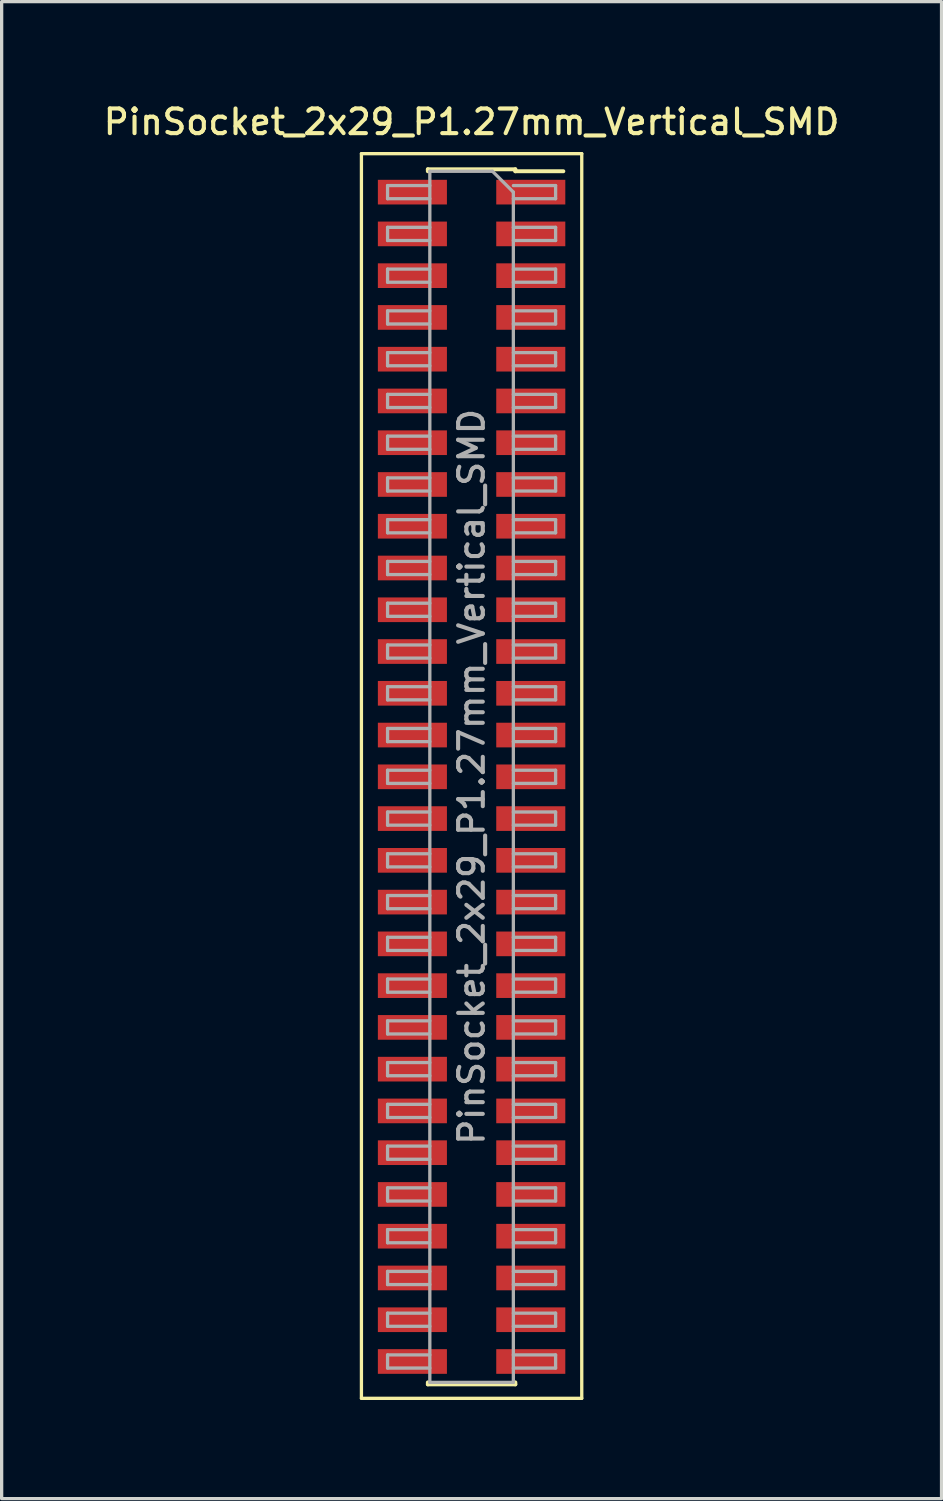
<source format=kicad_pcb>
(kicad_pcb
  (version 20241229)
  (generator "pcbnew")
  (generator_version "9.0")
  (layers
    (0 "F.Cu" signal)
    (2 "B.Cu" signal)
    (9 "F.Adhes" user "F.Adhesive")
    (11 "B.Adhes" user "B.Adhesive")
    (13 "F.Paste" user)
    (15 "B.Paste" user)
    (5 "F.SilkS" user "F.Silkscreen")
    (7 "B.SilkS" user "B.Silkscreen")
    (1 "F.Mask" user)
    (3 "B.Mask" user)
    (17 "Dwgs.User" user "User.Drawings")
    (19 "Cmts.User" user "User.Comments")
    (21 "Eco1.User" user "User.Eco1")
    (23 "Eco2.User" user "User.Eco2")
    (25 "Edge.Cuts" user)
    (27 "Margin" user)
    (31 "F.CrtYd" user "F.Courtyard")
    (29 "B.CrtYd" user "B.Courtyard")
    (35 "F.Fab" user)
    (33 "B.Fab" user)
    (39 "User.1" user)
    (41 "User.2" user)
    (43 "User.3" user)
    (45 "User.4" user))
  (footprint "PinSocket_2x29_P1.27mm_Vertical_SMD"
    (layer "F.Cu")
    (at 11.291 20.573)
    (property "Reference" "PinSocket_2x29_P1.27mm_Vertical_SMD" (at 0 -19.915 0) (layer "F.SilkS") (effects (font (size 0.75 0.75) (thickness 0.125))))
    (attr smd)
    (fp_line (start -3.35 -18.95) (end 3.35 -18.95) (stroke (width 0.1) (type solid)) (layer "F.SilkS"))
    (fp_line (start -3.35 18.9) (end -3.35 -18.95) (stroke (width 0.1) (type solid)) (layer "F.SilkS"))
    (fp_line (start -1.33 -18.475) (end -1.33 -18.415) (stroke (width 0.12) (type solid)) (layer "F.SilkS"))
    (fp_line (start -1.33 -18.475) (end 1.33 -18.475) (stroke (width 0.12) (type solid)) (layer "F.SilkS"))
    (fp_line (start -1.33 18.415) (end -1.33 18.475) (stroke (width 0.12) (type solid)) (layer "F.SilkS"))
    (fp_line (start -1.33 18.475) (end 1.33 18.475) (stroke (width 0.12) (type solid)) (layer "F.SilkS"))
    (fp_line (start 1.33 -18.475) (end 1.33 -18.415) (stroke (width 0.12) (type solid)) (layer "F.SilkS"))
    (fp_line (start 1.33 -18.415) (end 2.79 -18.415) (stroke (width 0.12) (type solid)) (layer "F.SilkS"))
    (fp_line (start 1.33 18.415) (end 1.33 18.475) (stroke (width 0.12) (type solid)) (layer "F.SilkS"))
    (fp_line (start 3.35 -18.95) (end 3.35 18.9) (stroke (width 0.1) (type solid)) (layer "F.SilkS"))
    (fp_line (start 3.35 18.9) (end -3.35 18.9) (stroke (width 0.1) (type solid)) (layer "F.SilkS"))
    (fp_line (start -2.555 -17.98) (end -1.27 -17.98) (stroke (width 0.1) (type solid)) (layer "F.Fab"))
    (fp_line (start -2.555 -17.58) (end -2.555 -17.98) (stroke (width 0.1) (type solid)) (layer "F.Fab"))
    (fp_line (start -2.555 -16.71) (end -1.27 -16.71) (stroke (width 0.1) (type solid)) (layer "F.Fab"))
    (fp_line (start -2.555 -16.31) (end -2.555 -16.71) (stroke (width 0.1) (type solid)) (layer "F.Fab"))
    (fp_line (start -2.555 -15.44) (end -1.27 -15.44) (stroke (width 0.1) (type solid)) (layer "F.Fab"))
    (fp_line (start -2.555 -15.04) (end -2.555 -15.44) (stroke (width 0.1) (type solid)) (layer "F.Fab"))
    (fp_line (start -2.555 -14.17) (end -1.27 -14.17) (stroke (width 0.1) (type solid)) (layer "F.Fab"))
    (fp_line (start -2.555 -13.77) (end -2.555 -14.17) (stroke (width 0.1) (type solid)) (layer "F.Fab"))
    (fp_line (start -2.555 -12.9) (end -1.27 -12.9) (stroke (width 0.1) (type solid)) (layer "F.Fab"))
    (fp_line (start -2.555 -12.5) (end -2.555 -12.9) (stroke (width 0.1) (type solid)) (layer "F.Fab"))
    (fp_line (start -2.555 -11.63) (end -1.27 -11.63) (stroke (width 0.1) (type solid)) (layer "F.Fab"))
    (fp_line (start -2.555 -11.23) (end -2.555 -11.63) (stroke (width 0.1) (type solid)) (layer "F.Fab"))
    (fp_line (start -2.555 -10.36) (end -1.27 -10.36) (stroke (width 0.1) (type solid)) (layer "F.Fab"))
    (fp_line (start -2.555 -9.96) (end -2.555 -10.36) (stroke (width 0.1) (type solid)) (layer "F.Fab"))
    (fp_line (start -2.555 -9.09) (end -1.27 -9.09) (stroke (width 0.1) (type solid)) (layer "F.Fab"))
    (fp_line (start -2.555 -8.69) (end -2.555 -9.09) (stroke (width 0.1) (type solid)) (layer "F.Fab"))
    (fp_line (start -2.555 -7.82) (end -1.27 -7.82) (stroke (width 0.1) (type solid)) (layer "F.Fab"))
    (fp_line (start -2.555 -7.42) (end -2.555 -7.82) (stroke (width 0.1) (type solid)) (layer "F.Fab"))
    (fp_line (start -2.555 -6.55) (end -1.27 -6.55) (stroke (width 0.1) (type solid)) (layer "F.Fab"))
    (fp_line (start -2.555 -6.15) (end -2.555 -6.55) (stroke (width 0.1) (type solid)) (layer "F.Fab"))
    (fp_line (start -2.555 -5.28) (end -1.27 -5.28) (stroke (width 0.1) (type solid)) (layer "F.Fab"))
    (fp_line (start -2.555 -4.88) (end -2.555 -5.28) (stroke (width 0.1) (type solid)) (layer "F.Fab"))
    (fp_line (start -2.555 -4.01) (end -1.27 -4.01) (stroke (width 0.1) (type solid)) (layer "F.Fab"))
    (fp_line (start -2.555 -3.61) (end -2.555 -4.01) (stroke (width 0.1) (type solid)) (layer "F.Fab"))
    (fp_line (start -2.555 -2.74) (end -1.27 -2.74) (stroke (width 0.1) (type solid)) (layer "F.Fab"))
    (fp_line (start -2.555 -2.34) (end -2.555 -2.74) (stroke (width 0.1) (type solid)) (layer "F.Fab"))
    (fp_line (start -2.555 -1.47) (end -1.27 -1.47) (stroke (width 0.1) (type solid)) (layer "F.Fab"))
    (fp_line (start -2.555 -1.07) (end -2.555 -1.47) (stroke (width 0.1) (type solid)) (layer "F.Fab"))
    (fp_line (start -2.555 -0.2) (end -1.27 -0.2) (stroke (width 0.1) (type solid)) (layer "F.Fab"))
    (fp_line (start -2.555 0.2) (end -2.555 -0.2) (stroke (width 0.1) (type solid)) (layer "F.Fab"))
    (fp_line (start -2.555 1.07) (end -1.27 1.07) (stroke (width 0.1) (type solid)) (layer "F.Fab"))
    (fp_line (start -2.555 1.47) (end -2.555 1.07) (stroke (width 0.1) (type solid)) (layer "F.Fab"))
    (fp_line (start -2.555 2.34) (end -1.27 2.34) (stroke (width 0.1) (type solid)) (layer "F.Fab"))
    (fp_line (start -2.555 2.74) (end -2.555 2.34) (stroke (width 0.1) (type solid)) (layer "F.Fab"))
    (fp_line (start -2.555 3.61) (end -1.27 3.61) (stroke (width 0.1) (type solid)) (layer "F.Fab"))
    (fp_line (start -2.555 4.01) (end -2.555 3.61) (stroke (width 0.1) (type solid)) (layer "F.Fab"))
    (fp_line (start -2.555 4.88) (end -1.27 4.88) (stroke (width 0.1) (type solid)) (layer "F.Fab"))
    (fp_line (start -2.555 5.28) (end -2.555 4.88) (stroke (width 0.1) (type solid)) (layer "F.Fab"))
    (fp_line (start -2.555 6.15) (end -1.27 6.15) (stroke (width 0.1) (type solid)) (layer "F.Fab"))
    (fp_line (start -2.555 6.55) (end -2.555 6.15) (stroke (width 0.1) (type solid)) (layer "F.Fab"))
    (fp_line (start -2.555 7.42) (end -1.27 7.42) (stroke (width 0.1) (type solid)) (layer "F.Fab"))
    (fp_line (start -2.555 7.82) (end -2.555 7.42) (stroke (width 0.1) (type solid)) (layer "F.Fab"))
    (fp_line (start -2.555 8.69) (end -1.27 8.69) (stroke (width 0.1) (type solid)) (layer "F.Fab"))
    (fp_line (start -2.555 9.09) (end -2.555 8.69) (stroke (width 0.1) (type solid)) (layer "F.Fab"))
    (fp_line (start -2.555 9.96) (end -1.27 9.96) (stroke (width 0.1) (type solid)) (layer "F.Fab"))
    (fp_line (start -2.555 10.36) (end -2.555 9.96) (stroke (width 0.1) (type solid)) (layer "F.Fab"))
    (fp_line (start -2.555 11.23) (end -1.27 11.23) (stroke (width 0.1) (type solid)) (layer "F.Fab"))
    (fp_line (start -2.555 11.63) (end -2.555 11.23) (stroke (width 0.1) (type solid)) (layer "F.Fab"))
    (fp_line (start -2.555 12.5) (end -1.27 12.5) (stroke (width 0.1) (type solid)) (layer "F.Fab"))
    (fp_line (start -2.555 12.9) (end -2.555 12.5) (stroke (width 0.1) (type solid)) (layer "F.Fab"))
    (fp_line (start -2.555 13.77) (end -1.27 13.77) (stroke (width 0.1) (type solid)) (layer "F.Fab"))
    (fp_line (start -2.555 14.17) (end -2.555 13.77) (stroke (width 0.1) (type solid)) (layer "F.Fab"))
    (fp_line (start -2.555 15.04) (end -1.27 15.04) (stroke (width 0.1) (type solid)) (layer "F.Fab"))
    (fp_line (start -2.555 15.44) (end -2.555 15.04) (stroke (width 0.1) (type solid)) (layer "F.Fab"))
    (fp_line (start -2.555 16.31) (end -1.27 16.31) (stroke (width 0.1) (type solid)) (layer "F.Fab"))
    (fp_line (start -2.555 16.71) (end -2.555 16.31) (stroke (width 0.1) (type solid)) (layer "F.Fab"))
    (fp_line (start -2.555 17.58) (end -1.27 17.58) (stroke (width 0.1) (type solid)) (layer "F.Fab"))
    (fp_line (start -2.555 17.98) (end -2.555 17.58) (stroke (width 0.1) (type solid)) (layer "F.Fab"))
    (fp_line (start -1.27 -18.415) (end 0.635 -18.415) (stroke (width 0.1) (type solid)) (layer "F.Fab"))
    (fp_line (start -1.27 -17.58) (end -2.555 -17.58) (stroke (width 0.1) (type solid)) (layer "F.Fab"))
    (fp_line (start -1.27 -16.31) (end -2.555 -16.31) (stroke (width 0.1) (type solid)) (layer "F.Fab"))
    (fp_line (start -1.27 -15.04) (end -2.555 -15.04) (stroke (width 0.1) (type solid)) (layer "F.Fab"))
    (fp_line (start -1.27 -13.77) (end -2.555 -13.77) (stroke (width 0.1) (type solid)) (layer "F.Fab"))
    (fp_line (start -1.27 -12.5) (end -2.555 -12.5) (stroke (width 0.1) (type solid)) (layer "F.Fab"))
    (fp_line (start -1.27 -11.23) (end -2.555 -11.23) (stroke (width 0.1) (type solid)) (layer "F.Fab"))
    (fp_line (start -1.27 -9.96) (end -2.555 -9.96) (stroke (width 0.1) (type solid)) (layer "F.Fab"))
    (fp_line (start -1.27 -8.69) (end -2.555 -8.69) (stroke (width 0.1) (type solid)) (layer "F.Fab"))
    (fp_line (start -1.27 -7.42) (end -2.555 -7.42) (stroke (width 0.1) (type solid)) (layer "F.Fab"))
    (fp_line (start -1.27 -6.15) (end -2.555 -6.15) (stroke (width 0.1) (type solid)) (layer "F.Fab"))
    (fp_line (start -1.27 -4.88) (end -2.555 -4.88) (stroke (width 0.1) (type solid)) (layer "F.Fab"))
    (fp_line (start -1.27 -3.61) (end -2.555 -3.61) (stroke (width 0.1) (type solid)) (layer "F.Fab"))
    (fp_line (start -1.27 -2.34) (end -2.555 -2.34) (stroke (width 0.1) (type solid)) (layer "F.Fab"))
    (fp_line (start -1.27 -1.07) (end -2.555 -1.07) (stroke (width 0.1) (type solid)) (layer "F.Fab"))
    (fp_line (start -1.27 0.2) (end -2.555 0.2) (stroke (width 0.1) (type solid)) (layer "F.Fab"))
    (fp_line (start -1.27 1.47) (end -2.555 1.47) (stroke (width 0.1) (type solid)) (layer "F.Fab"))
    (fp_line (start -1.27 2.74) (end -2.555 2.74) (stroke (width 0.1) (type solid)) (layer "F.Fab"))
    (fp_line (start -1.27 4.01) (end -2.555 4.01) (stroke (width 0.1) (type solid)) (layer "F.Fab"))
    (fp_line (start -1.27 5.28) (end -2.555 5.28) (stroke (width 0.1) (type solid)) (layer "F.Fab"))
    (fp_line (start -1.27 6.55) (end -2.555 6.55) (stroke (width 0.1) (type solid)) (layer "F.Fab"))
    (fp_line (start -1.27 7.82) (end -2.555 7.82) (stroke (width 0.1) (type solid)) (layer "F.Fab"))
    (fp_line (start -1.27 9.09) (end -2.555 9.09) (stroke (width 0.1) (type solid)) (layer "F.Fab"))
    (fp_line (start -1.27 10.36) (end -2.555 10.36) (stroke (width 0.1) (type solid)) (layer "F.Fab"))
    (fp_line (start -1.27 11.63) (end -2.555 11.63) (stroke (width 0.1) (type solid)) (layer "F.Fab"))
    (fp_line (start -1.27 12.9) (end -2.555 12.9) (stroke (width 0.1) (type solid)) (layer "F.Fab"))
    (fp_line (start -1.27 14.17) (end -2.555 14.17) (stroke (width 0.1) (type solid)) (layer "F.Fab"))
    (fp_line (start -1.27 15.44) (end -2.555 15.44) (stroke (width 0.1) (type solid)) (layer "F.Fab"))
    (fp_line (start -1.27 16.71) (end -2.555 16.71) (stroke (width 0.1) (type solid)) (layer "F.Fab"))
    (fp_line (start -1.27 17.98) (end -2.555 17.98) (stroke (width 0.1) (type solid)) (layer "F.Fab"))
    (fp_line (start -1.27 18.415) (end -1.27 -18.415) (stroke (width 0.1) (type solid)) (layer "F.Fab"))
    (fp_line (start 0.635 -18.415) (end 1.27 -17.78) (stroke (width 0.1) (type solid)) (layer "F.Fab"))
    (fp_line (start 1.27 -17.98) (end 2.555 -17.98) (stroke (width 0.1) (type solid)) (layer "F.Fab"))
    (fp_line (start 1.27 -17.78) (end 1.27 18.415) (stroke (width 0.1) (type solid)) (layer "F.Fab"))
    (fp_line (start 1.27 -16.71) (end 2.555 -16.71) (stroke (width 0.1) (type solid)) (layer "F.Fab"))
    (fp_line (start 1.27 -15.44) (end 2.555 -15.44) (stroke (width 0.1) (type solid)) (layer "F.Fab"))
    (fp_line (start 1.27 -14.17) (end 2.555 -14.17) (stroke (width 0.1) (type solid)) (layer "F.Fab"))
    (fp_line (start 1.27 -12.9) (end 2.555 -12.9) (stroke (width 0.1) (type solid)) (layer "F.Fab"))
    (fp_line (start 1.27 -11.63) (end 2.555 -11.63) (stroke (width 0.1) (type solid)) (layer "F.Fab"))
    (fp_line (start 1.27 -10.36) (end 2.555 -10.36) (stroke (width 0.1) (type solid)) (layer "F.Fab"))
    (fp_line (start 1.27 -9.09) (end 2.555 -9.09) (stroke (width 0.1) (type solid)) (layer "F.Fab"))
    (fp_line (start 1.27 -7.82) (end 2.555 -7.82) (stroke (width 0.1) (type solid)) (layer "F.Fab"))
    (fp_line (start 1.27 -6.55) (end 2.555 -6.55) (stroke (width 0.1) (type solid)) (layer "F.Fab"))
    (fp_line (start 1.27 -5.28) (end 2.555 -5.28) (stroke (width 0.1) (type solid)) (layer "F.Fab"))
    (fp_line (start 1.27 -4.01) (end 2.555 -4.01) (stroke (width 0.1) (type solid)) (layer "F.Fab"))
    (fp_line (start 1.27 -2.74) (end 2.555 -2.74) (stroke (width 0.1) (type solid)) (layer "F.Fab"))
    (fp_line (start 1.27 -1.47) (end 2.555 -1.47) (stroke (width 0.1) (type solid)) (layer "F.Fab"))
    (fp_line (start 1.27 -0.2) (end 2.555 -0.2) (stroke (width 0.1) (type solid)) (layer "F.Fab"))
    (fp_line (start 1.27 1.07) (end 2.555 1.07) (stroke (width 0.1) (type solid)) (layer "F.Fab"))
    (fp_line (start 1.27 2.34) (end 2.555 2.34) (stroke (width 0.1) (type solid)) (layer "F.Fab"))
    (fp_line (start 1.27 3.61) (end 2.555 3.61) (stroke (width 0.1) (type solid)) (layer "F.Fab"))
    (fp_line (start 1.27 4.88) (end 2.555 4.88) (stroke (width 0.1) (type solid)) (layer "F.Fab"))
    (fp_line (start 1.27 6.15) (end 2.555 6.15) (stroke (width 0.1) (type solid)) (layer "F.Fab"))
    (fp_line (start 1.27 7.42) (end 2.555 7.42) (stroke (width 0.1) (type solid)) (layer "F.Fab"))
    (fp_line (start 1.27 8.69) (end 2.555 8.69) (stroke (width 0.1) (type solid)) (layer "F.Fab"))
    (fp_line (start 1.27 9.96) (end 2.555 9.96) (stroke (width 0.1) (type solid)) (layer "F.Fab"))
    (fp_line (start 1.27 11.23) (end 2.555 11.23) (stroke (width 0.1) (type solid)) (layer "F.Fab"))
    (fp_line (start 1.27 12.5) (end 2.555 12.5) (stroke (width 0.1) (type solid)) (layer "F.Fab"))
    (fp_line (start 1.27 13.77) (end 2.555 13.77) (stroke (width 0.1) (type solid)) (layer "F.Fab"))
    (fp_line (start 1.27 15.04) (end 2.555 15.04) (stroke (width 0.1) (type solid)) (layer "F.Fab"))
    (fp_line (start 1.27 16.31) (end 2.555 16.31) (stroke (width 0.1) (type solid)) (layer "F.Fab"))
    (fp_line (start 1.27 17.58) (end 2.555 17.58) (stroke (width 0.1) (type solid)) (layer "F.Fab"))
    (fp_line (start 1.27 18.415) (end -1.27 18.415) (stroke (width 0.1) (type solid)) (layer "F.Fab"))
    (fp_line (start 2.555 -17.98) (end 2.555 -17.58) (stroke (width 0.1) (type solid)) (layer "F.Fab"))
    (fp_line (start 2.555 -17.58) (end 1.27 -17.58) (stroke (width 0.1) (type solid)) (layer "F.Fab"))
    (fp_line (start 2.555 -16.71) (end 2.555 -16.31) (stroke (width 0.1) (type solid)) (layer "F.Fab"))
    (fp_line (start 2.555 -16.31) (end 1.27 -16.31) (stroke (width 0.1) (type solid)) (layer "F.Fab"))
    (fp_line (start 2.555 -15.44) (end 2.555 -15.04) (stroke (width 0.1) (type solid)) (layer "F.Fab"))
    (fp_line (start 2.555 -15.04) (end 1.27 -15.04) (stroke (width 0.1) (type solid)) (layer "F.Fab"))
    (fp_line (start 2.555 -14.17) (end 2.555 -13.77) (stroke (width 0.1) (type solid)) (layer "F.Fab"))
    (fp_line (start 2.555 -13.77) (end 1.27 -13.77) (stroke (width 0.1) (type solid)) (layer "F.Fab"))
    (fp_line (start 2.555 -12.9) (end 2.555 -12.5) (stroke (width 0.1) (type solid)) (layer "F.Fab"))
    (fp_line (start 2.555 -12.5) (end 1.27 -12.5) (stroke (width 0.1) (type solid)) (layer "F.Fab"))
    (fp_line (start 2.555 -11.63) (end 2.555 -11.23) (stroke (width 0.1) (type solid)) (layer "F.Fab"))
    (fp_line (start 2.555 -11.23) (end 1.27 -11.23) (stroke (width 0.1) (type solid)) (layer "F.Fab"))
    (fp_line (start 2.555 -10.36) (end 2.555 -9.96) (stroke (width 0.1) (type solid)) (layer "F.Fab"))
    (fp_line (start 2.555 -9.96) (end 1.27 -9.96) (stroke (width 0.1) (type solid)) (layer "F.Fab"))
    (fp_line (start 2.555 -9.09) (end 2.555 -8.69) (stroke (width 0.1) (type solid)) (layer "F.Fab"))
    (fp_line (start 2.555 -8.69) (end 1.27 -8.69) (stroke (width 0.1) (type solid)) (layer "F.Fab"))
    (fp_line (start 2.555 -7.82) (end 2.555 -7.42) (stroke (width 0.1) (type solid)) (layer "F.Fab"))
    (fp_line (start 2.555 -7.42) (end 1.27 -7.42) (stroke (width 0.1) (type solid)) (layer "F.Fab"))
    (fp_line (start 2.555 -6.55) (end 2.555 -6.15) (stroke (width 0.1) (type solid)) (layer "F.Fab"))
    (fp_line (start 2.555 -6.15) (end 1.27 -6.15) (stroke (width 0.1) (type solid)) (layer "F.Fab"))
    (fp_line (start 2.555 -5.28) (end 2.555 -4.88) (stroke (width 0.1) (type solid)) (layer "F.Fab"))
    (fp_line (start 2.555 -4.88) (end 1.27 -4.88) (stroke (width 0.1) (type solid)) (layer "F.Fab"))
    (fp_line (start 2.555 -4.01) (end 2.555 -3.61) (stroke (width 0.1) (type solid)) (layer "F.Fab"))
    (fp_line (start 2.555 -3.61) (end 1.27 -3.61) (stroke (width 0.1) (type solid)) (layer "F.Fab"))
    (fp_line (start 2.555 -2.74) (end 2.555 -2.34) (stroke (width 0.1) (type solid)) (layer "F.Fab"))
    (fp_line (start 2.555 -2.34) (end 1.27 -2.34) (stroke (width 0.1) (type solid)) (layer "F.Fab"))
    (fp_line (start 2.555 -1.47) (end 2.555 -1.07) (stroke (width 0.1) (type solid)) (layer "F.Fab"))
    (fp_line (start 2.555 -1.07) (end 1.27 -1.07) (stroke (width 0.1) (type solid)) (layer "F.Fab"))
    (fp_line (start 2.555 -0.2) (end 2.555 0.2) (stroke (width 0.1) (type solid)) (layer "F.Fab"))
    (fp_line (start 2.555 0.2) (end 1.27 0.2) (stroke (width 0.1) (type solid)) (layer "F.Fab"))
    (fp_line (start 2.555 1.07) (end 2.555 1.47) (stroke (width 0.1) (type solid)) (layer "F.Fab"))
    (fp_line (start 2.555 1.47) (end 1.27 1.47) (stroke (width 0.1) (type solid)) (layer "F.Fab"))
    (fp_line (start 2.555 2.34) (end 2.555 2.74) (stroke (width 0.1) (type solid)) (layer "F.Fab"))
    (fp_line (start 2.555 2.74) (end 1.27 2.74) (stroke (width 0.1) (type solid)) (layer "F.Fab"))
    (fp_line (start 2.555 3.61) (end 2.555 4.01) (stroke (width 0.1) (type solid)) (layer "F.Fab"))
    (fp_line (start 2.555 4.01) (end 1.27 4.01) (stroke (width 0.1) (type solid)) (layer "F.Fab"))
    (fp_line (start 2.555 4.88) (end 2.555 5.28) (stroke (width 0.1) (type solid)) (layer "F.Fab"))
    (fp_line (start 2.555 5.28) (end 1.27 5.28) (stroke (width 0.1) (type solid)) (layer "F.Fab"))
    (fp_line (start 2.555 6.15) (end 2.555 6.55) (stroke (width 0.1) (type solid)) (layer "F.Fab"))
    (fp_line (start 2.555 6.55) (end 1.27 6.55) (stroke (width 0.1) (type solid)) (layer "F.Fab"))
    (fp_line (start 2.555 7.42) (end 2.555 7.82) (stroke (width 0.1) (type solid)) (layer "F.Fab"))
    (fp_line (start 2.555 7.82) (end 1.27 7.82) (stroke (width 0.1) (type solid)) (layer "F.Fab"))
    (fp_line (start 2.555 8.69) (end 2.555 9.09) (stroke (width 0.1) (type solid)) (layer "F.Fab"))
    (fp_line (start 2.555 9.09) (end 1.27 9.09) (stroke (width 0.1) (type solid)) (layer "F.Fab"))
    (fp_line (start 2.555 9.96) (end 2.555 10.36) (stroke (width 0.1) (type solid)) (layer "F.Fab"))
    (fp_line (start 2.555 10.36) (end 1.27 10.36) (stroke (width 0.1) (type solid)) (layer "F.Fab"))
    (fp_line (start 2.555 11.23) (end 2.555 11.63) (stroke (width 0.1) (type solid)) (layer "F.Fab"))
    (fp_line (start 2.555 11.63) (end 1.27 11.63) (stroke (width 0.1) (type solid)) (layer "F.Fab"))
    (fp_line (start 2.555 12.5) (end 2.555 12.9) (stroke (width 0.1) (type solid)) (layer "F.Fab"))
    (fp_line (start 2.555 12.9) (end 1.27 12.9) (stroke (width 0.1) (type solid)) (layer "F.Fab"))
    (fp_line (start 2.555 13.77) (end 2.555 14.17) (stroke (width 0.1) (type solid)) (layer "F.Fab"))
    (fp_line (start 2.555 14.17) (end 1.27 14.17) (stroke (width 0.1) (type solid)) (layer "F.Fab"))
    (fp_line (start 2.555 15.04) (end 2.555 15.44) (stroke (width 0.1) (type solid)) (layer "F.Fab"))
    (fp_line (start 2.555 15.44) (end 1.27 15.44) (stroke (width 0.1) (type solid)) (layer "F.Fab"))
    (fp_line (start 2.555 16.31) (end 2.555 16.71) (stroke (width 0.1) (type solid)) (layer "F.Fab"))
    (fp_line (start 2.555 16.71) (end 1.27 16.71) (stroke (width 0.1) (type solid)) (layer "F.Fab"))
    (fp_line (start 2.555 17.58) (end 2.555 17.98) (stroke (width 0.1) (type solid)) (layer "F.Fab"))
    (fp_line (start 2.555 17.98) (end 1.27 17.98) (stroke (width 0.1) (type solid)) (layer "F.Fab"))
    (fp_text user "${REFERENCE}" (at 0 0 90) (layer "F.Fab") (effects (font (size 0.75 0.75) (thickness 0.125))))
    (pad "1" smd rect (at 1.8 -17.78) (size 2.1 0.75) (layers "F.Cu" "F.Mask" "F.Paste"))
    (pad "2" smd rect (at -1.8 -17.78) (size 2.1 0.75) (layers "F.Cu" "F.Mask" "F.Paste"))
    (pad "3" smd rect (at 1.8 -16.51) (size 2.1 0.75) (layers "F.Cu" "F.Mask" "F.Paste"))
    (pad "4" smd rect (at -1.8 -16.51) (size 2.1 0.75) (layers "F.Cu" "F.Mask" "F.Paste"))
    (pad "5" smd rect (at 1.8 -15.24) (size 2.1 0.75) (layers "F.Cu" "F.Mask" "F.Paste"))
    (pad "6" smd rect (at -1.8 -15.24) (size 2.1 0.75) (layers "F.Cu" "F.Mask" "F.Paste"))
    (pad "7" smd rect (at 1.8 -13.97) (size 2.1 0.75) (layers "F.Cu" "F.Mask" "F.Paste"))
    (pad "8" smd rect (at -1.8 -13.97) (size 2.1 0.75) (layers "F.Cu" "F.Mask" "F.Paste"))
    (pad "9" smd rect (at 1.8 -12.7) (size 2.1 0.75) (layers "F.Cu" "F.Mask" "F.Paste"))
    (pad "10" smd rect (at -1.8 -12.7) (size 2.1 0.75) (layers "F.Cu" "F.Mask" "F.Paste"))
    (pad "11" smd rect (at 1.8 -11.43) (size 2.1 0.75) (layers "F.Cu" "F.Mask" "F.Paste"))
    (pad "12" smd rect (at -1.8 -11.43) (size 2.1 0.75) (layers "F.Cu" "F.Mask" "F.Paste"))
    (pad "13" smd rect (at 1.8 -10.16) (size 2.1 0.75) (layers "F.Cu" "F.Mask" "F.Paste"))
    (pad "14" smd rect (at -1.8 -10.16) (size 2.1 0.75) (layers "F.Cu" "F.Mask" "F.Paste"))
    (pad "15" smd rect (at 1.8 -8.89) (size 2.1 0.75) (layers "F.Cu" "F.Mask" "F.Paste"))
    (pad "16" smd rect (at -1.8 -8.89) (size 2.1 0.75) (layers "F.Cu" "F.Mask" "F.Paste"))
    (pad "17" smd rect (at 1.8 -7.62) (size 2.1 0.75) (layers "F.Cu" "F.Mask" "F.Paste"))
    (pad "18" smd rect (at -1.8 -7.62) (size 2.1 0.75) (layers "F.Cu" "F.Mask" "F.Paste"))
    (pad "19" smd rect (at 1.8 -6.35) (size 2.1 0.75) (layers "F.Cu" "F.Mask" "F.Paste"))
    (pad "20" smd rect (at -1.8 -6.35) (size 2.1 0.75) (layers "F.Cu" "F.Mask" "F.Paste"))
    (pad "21" smd rect (at 1.8 -5.08) (size 2.1 0.75) (layers "F.Cu" "F.Mask" "F.Paste"))
    (pad "22" smd rect (at -1.8 -5.08) (size 2.1 0.75) (layers "F.Cu" "F.Mask" "F.Paste"))
    (pad "23" smd rect (at 1.8 -3.81) (size 2.1 0.75) (layers "F.Cu" "F.Mask" "F.Paste"))
    (pad "24" smd rect (at -1.8 -3.81) (size 2.1 0.75) (layers "F.Cu" "F.Mask" "F.Paste"))
    (pad "25" smd rect (at 1.8 -2.54) (size 2.1 0.75) (layers "F.Cu" "F.Mask" "F.Paste"))
    (pad "26" smd rect (at -1.8 -2.54) (size 2.1 0.75) (layers "F.Cu" "F.Mask" "F.Paste"))
    (pad "27" smd rect (at 1.8 -1.27) (size 2.1 0.75) (layers "F.Cu" "F.Mask" "F.Paste"))
    (pad "28" smd rect (at -1.8 -1.27) (size 2.1 0.75) (layers "F.Cu" "F.Mask" "F.Paste"))
    (pad "29" smd rect (at 1.8 0) (size 2.1 0.75) (layers "F.Cu" "F.Mask" "F.Paste"))
    (pad "30" smd rect (at -1.8 0) (size 2.1 0.75) (layers "F.Cu" "F.Mask" "F.Paste"))
    (pad "31" smd rect (at 1.8 1.27) (size 2.1 0.75) (layers "F.Cu" "F.Mask" "F.Paste"))
    (pad "32" smd rect (at -1.8 1.27) (size 2.1 0.75) (layers "F.Cu" "F.Mask" "F.Paste"))
    (pad "33" smd rect (at 1.8 2.54) (size 2.1 0.75) (layers "F.Cu" "F.Mask" "F.Paste"))
    (pad "34" smd rect (at -1.8 2.54) (size 2.1 0.75) (layers "F.Cu" "F.Mask" "F.Paste"))
    (pad "35" smd rect (at 1.8 3.81) (size 2.1 0.75) (layers "F.Cu" "F.Mask" "F.Paste"))
    (pad "36" smd rect (at -1.8 3.81) (size 2.1 0.75) (layers "F.Cu" "F.Mask" "F.Paste"))
    (pad "37" smd rect (at 1.8 5.08) (size 2.1 0.75) (layers "F.Cu" "F.Mask" "F.Paste"))
    (pad "38" smd rect (at -1.8 5.08) (size 2.1 0.75) (layers "F.Cu" "F.Mask" "F.Paste"))
    (pad "39" smd rect (at 1.8 6.35) (size 2.1 0.75) (layers "F.Cu" "F.Mask" "F.Paste"))
    (pad "40" smd rect (at -1.8 6.35) (size 2.1 0.75) (layers "F.Cu" "F.Mask" "F.Paste"))
    (pad "41" smd rect (at 1.8 7.62) (size 2.1 0.75) (layers "F.Cu" "F.Mask" "F.Paste"))
    (pad "42" smd rect (at -1.8 7.62) (size 2.1 0.75) (layers "F.Cu" "F.Mask" "F.Paste"))
    (pad "43" smd rect (at 1.8 8.89) (size 2.1 0.75) (layers "F.Cu" "F.Mask" "F.Paste"))
    (pad "44" smd rect (at -1.8 8.89) (size 2.1 0.75) (layers "F.Cu" "F.Mask" "F.Paste"))
    (pad "45" smd rect (at 1.8 10.16) (size 2.1 0.75) (layers "F.Cu" "F.Mask" "F.Paste"))
    (pad "46" smd rect (at -1.8 10.16) (size 2.1 0.75) (layers "F.Cu" "F.Mask" "F.Paste"))
    (pad "47" smd rect (at 1.8 11.43) (size 2.1 0.75) (layers "F.Cu" "F.Mask" "F.Paste"))
    (pad "48" smd rect (at -1.8 11.43) (size 2.1 0.75) (layers "F.Cu" "F.Mask" "F.Paste"))
    (pad "49" smd rect (at 1.8 12.7) (size 2.1 0.75) (layers "F.Cu" "F.Mask" "F.Paste"))
    (pad "50" smd rect (at -1.8 12.7) (size 2.1 0.75) (layers "F.Cu" "F.Mask" "F.Paste"))
    (pad "51" smd rect (at 1.8 13.97) (size 2.1 0.75) (layers "F.Cu" "F.Mask" "F.Paste"))
    (pad "52" smd rect (at -1.8 13.97) (size 2.1 0.75) (layers "F.Cu" "F.Mask" "F.Paste"))
    (pad "53" smd rect (at 1.8 15.24) (size 2.1 0.75) (layers "F.Cu" "F.Mask" "F.Paste"))
    (pad "54" smd rect (at -1.8 15.24) (size 2.1 0.75) (layers "F.Cu" "F.Mask" "F.Paste"))
    (pad "55" smd rect (at 1.8 16.51) (size 2.1 0.75) (layers "F.Cu" "F.Mask" "F.Paste"))
    (pad "56" smd rect (at -1.8 16.51) (size 2.1 0.75) (layers "F.Cu" "F.Mask" "F.Paste"))
    (pad "57" smd rect (at 1.8 17.78) (size 2.1 0.75) (layers "F.Cu" "F.Mask" "F.Paste"))
    (pad "58" smd rect (at -1.8 17.78) (size 2.1 0.75) (layers "F.Cu" "F.Mask" "F.Paste")))
  (gr_rect
    (start -3 -3)
    (end 25.582 42.523)
    (stroke (width 0.1) (type default))
    (fill no)
    (layer "Edge.Cuts")))
</source>
